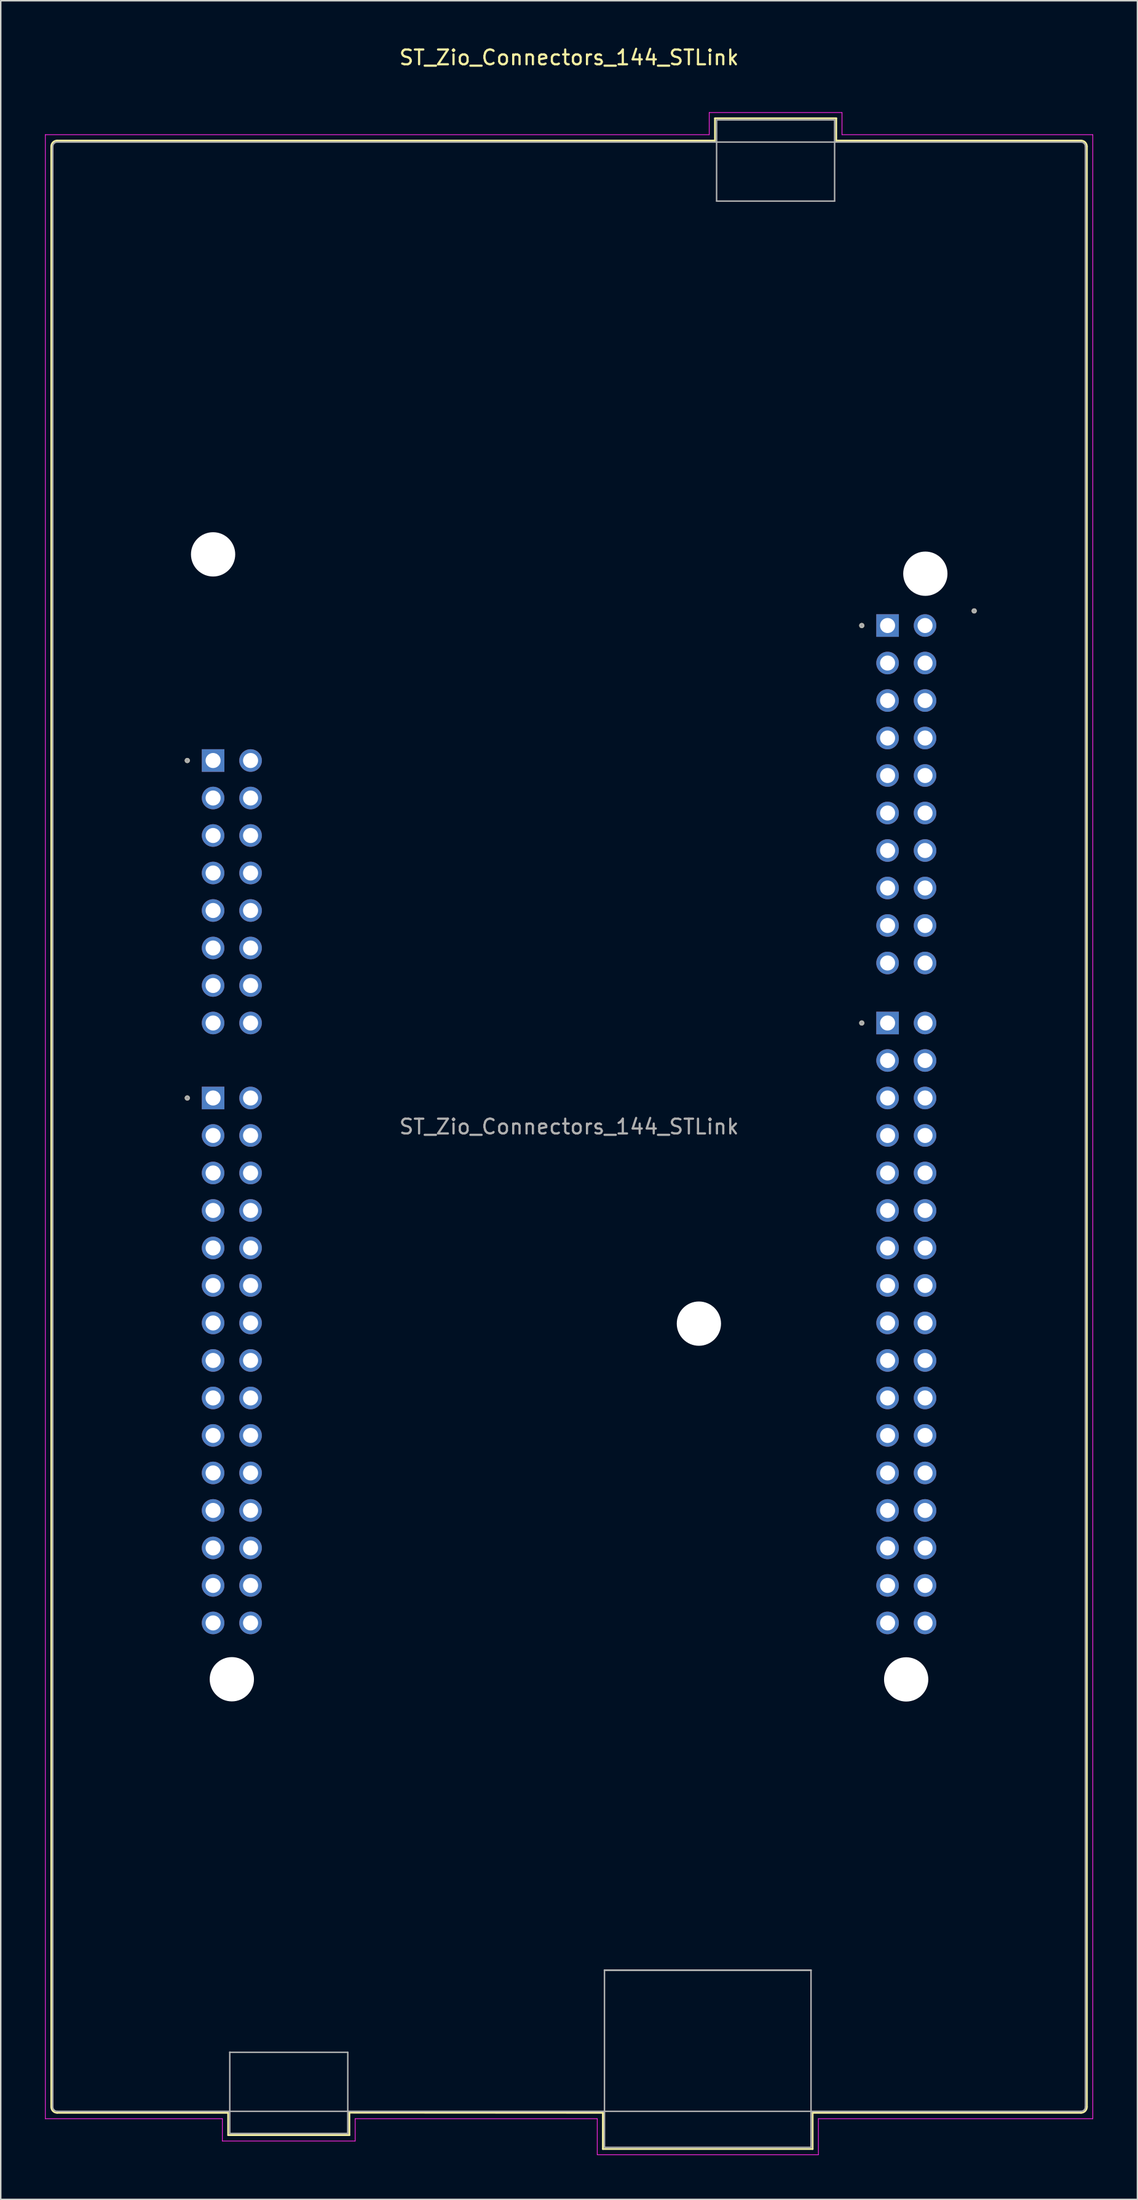
<source format=kicad_pcb>
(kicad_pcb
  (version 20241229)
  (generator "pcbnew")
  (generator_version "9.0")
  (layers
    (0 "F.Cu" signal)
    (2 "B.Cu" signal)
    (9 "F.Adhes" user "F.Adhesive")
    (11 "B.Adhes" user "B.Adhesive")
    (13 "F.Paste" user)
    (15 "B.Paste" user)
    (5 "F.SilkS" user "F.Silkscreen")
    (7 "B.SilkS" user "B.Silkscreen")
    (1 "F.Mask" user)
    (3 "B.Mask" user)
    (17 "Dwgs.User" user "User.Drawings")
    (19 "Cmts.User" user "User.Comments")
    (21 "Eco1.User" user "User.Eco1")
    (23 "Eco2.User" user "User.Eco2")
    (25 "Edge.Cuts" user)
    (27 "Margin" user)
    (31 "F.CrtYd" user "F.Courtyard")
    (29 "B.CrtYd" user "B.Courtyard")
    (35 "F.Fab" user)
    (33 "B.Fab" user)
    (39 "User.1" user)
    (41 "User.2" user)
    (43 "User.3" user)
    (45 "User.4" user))
  (footprint "ST_Zio_Connectors_144_STLink"
    (layer "F.Cu")
    (at 3.775 38.313)
    (property "Reference" "ST_Zio_Connectors_144_STLink" (at 31.75 -37.465 0) (layer "F.SilkS") (effects (font (size 1 1) (thickness 0.15))))
    (attr through_hole)
    (fp_line (start -3.35 -31.44) (end -3.35 101.36) (stroke (width 0.12) (type solid)) (layer "F.SilkS"))
    (fp_line (start 8.64 101.76) (end -2.95 101.76) (stroke (width 0.12) (type solid)) (layer "F.SilkS"))
    (fp_line (start 8.64 101.76) (end 8.64 103.27) (stroke (width 0.12) (type solid)) (layer "F.SilkS"))
    (fp_line (start 8.64 103.27) (end 16.86 103.27) (stroke (width 0.12) (type solid)) (layer "F.SilkS"))
    (fp_line (start 16.86 103.27) (end 16.86 101.75) (stroke (width 0.12) (type solid)) (layer "F.SilkS"))
    (fp_line (start 34.04 101.76) (end 16.86 101.75) (stroke (width 0.12) (type solid)) (layer "F.SilkS"))
    (fp_line (start 34.04 104.21) (end 34.04 101.76) (stroke (width 0.12) (type solid)) (layer "F.SilkS"))
    (fp_line (start 41.64 -33.35) (end 49.86 -33.35) (stroke (width 0.12) (type solid)) (layer "F.SilkS"))
    (fp_line (start 41.64 -31.84) (end -2.95 -31.84) (stroke (width 0.12) (type solid)) (layer "F.SilkS"))
    (fp_line (start 41.64 -31.84) (end 41.64 -33.35) (stroke (width 0.12) (type solid)) (layer "F.SilkS"))
    (fp_line (start 48.26 101.76) (end 48.26 104.21) (stroke (width 0.12) (type solid)) (layer "F.SilkS"))
    (fp_line (start 48.26 101.76) (end 66.45 101.76) (stroke (width 0.12) (type solid)) (layer "F.SilkS"))
    (fp_line (start 48.26 104.21) (end 34.04 104.21) (stroke (width 0.12) (type solid)) (layer "F.SilkS"))
    (fp_line (start 49.86 -33.35) (end 49.86 -31.84) (stroke (width 0.12) (type solid)) (layer "F.SilkS"))
    (fp_line (start 49.86 -31.84) (end 66.45 -31.84) (stroke (width 0.12) (type solid)) (layer "F.SilkS"))
    (fp_line (start 66.85 101.36) (end 66.85 -31.44) (stroke (width 0.12) (type solid)) (layer "F.SilkS"))
    (fp_arc (start -3.35 -31.44) (mid -3.232843 -31.722843) (end -2.95 -31.84) (stroke (width 0.12) (type solid)) (layer "F.SilkS"))
    (fp_arc (start -2.95 101.76) (mid -3.232843 101.642843) (end -3.35 101.36) (stroke (width 0.12) (type solid)) (layer "F.SilkS"))
    (fp_arc (start 66.45 -31.84) (mid 66.732843 -31.722843) (end 66.85 -31.44) (stroke (width 0.12) (type solid)) (layer "F.SilkS"))
    (fp_arc (start 66.85 101.36) (mid 66.732843 101.642843) (end 66.45 101.76) (stroke (width 0.12) (type solid)) (layer "F.SilkS"))
    (fp_circle (center 5.87 10.155) (end 5.97 10.155) (stroke (width 0.15) (type solid)) (fill no) (layer "F.SilkS"))
    (fp_circle (center 5.87 33.015) (end 5.97 33.015) (stroke (width 0.15) (type solid)) (fill no) (layer "F.SilkS"))
    (fp_circle (center 51.59 1.011) (end 51.69 1.011) (stroke (width 0.15) (type solid)) (fill no) (layer "F.SilkS"))
    (fp_circle (center 51.59 27.935) (end 51.69 27.935) (stroke (width 0.15) (type solid)) (fill no) (layer "F.SilkS"))
    (fp_circle (center 59.21 0.02) (end 59.31 0.02) (stroke (width 0.15) (type solid)) (fill no) (layer "F.SilkS"))
    (fp_line (start -3.75 -32.24) (end -3.75 102.16) (stroke (width 0.05) (type solid)) (layer "F.CrtYd"))
    (fp_line (start -3.75 102.16) (end 8.25 102.16) (stroke (width 0.05) (type solid)) (layer "F.CrtYd"))
    (fp_line (start 8.25 102.16) (end 8.25 103.67) (stroke (width 0.05) (type solid)) (layer "F.CrtYd"))
    (fp_line (start 8.25 103.67) (end 17.25 103.67) (stroke (width 0.05) (type solid)) (layer "F.CrtYd"))
    (fp_line (start 17.25 102.16) (end 17.25 103.67) (stroke (width 0.05) (type solid)) (layer "F.CrtYd"))
    (fp_line (start 17.25 102.16) (end 33.66 102.16) (stroke (width 0.05) (type solid)) (layer "F.CrtYd"))
    (fp_line (start 33.66 104.6) (end 33.66 102.16) (stroke (width 0.05) (type solid)) (layer "F.CrtYd"))
    (fp_line (start 33.66 104.6) (end 48.65 104.6) (stroke (width 0.05) (type solid)) (layer "F.CrtYd"))
    (fp_line (start 41.25 -33.74) (end 50.25 -33.74) (stroke (width 0.05) (type solid)) (layer "F.CrtYd"))
    (fp_line (start 41.25 -32.24) (end -3.75 -32.24) (stroke (width 0.05) (type solid)) (layer "F.CrtYd"))
    (fp_line (start 41.25 -32.24) (end 41.25 -33.74) (stroke (width 0.05) (type solid)) (layer "F.CrtYd"))
    (fp_line (start 48.65 102.16) (end 48.65 104.6) (stroke (width 0.05) (type solid)) (layer "F.CrtYd"))
    (fp_line (start 50.25 -32.24) (end 50.25 -33.74) (stroke (width 0.05) (type solid)) (layer "F.CrtYd"))
    (fp_line (start 50.25 -32.24) (end 67.25 -32.24) (stroke (width 0.05) (type solid)) (layer "F.CrtYd"))
    (fp_line (start 67.25 102.16) (end 48.65 102.16) (stroke (width 0.05) (type solid)) (layer "F.CrtYd"))
    (fp_line (start 67.25 102.16) (end 67.25 -32.24) (stroke (width 0.05) (type solid)) (layer "F.CrtYd"))
    (fp_line (start -3.25 101.36) (end -3.25 -31.44) (stroke (width 0.1) (type solid)) (layer "F.Fab"))
    (fp_line (start 8.75 97.66) (end 16.75 97.66) (stroke (width 0.1) (type solid)) (layer "F.Fab"))
    (fp_line (start 8.75 103.16) (end 8.75 97.65) (stroke (width 0.1) (type solid)) (layer "F.Fab"))
    (fp_line (start 8.75 103.16) (end 16.75 103.16) (stroke (width 0.1) (type solid)) (layer "F.Fab"))
    (fp_line (start 16.75 97.66) (end 16.75 103.16) (stroke (width 0.1) (type solid)) (layer "F.Fab"))
    (fp_line (start 34.15 92.1) (end 48.15 92.1) (stroke (width 0.12) (type solid)) (layer "F.Fab"))
    (fp_line (start 34.15 104.1) (end 34.15 92.1) (stroke (width 0.1) (type solid)) (layer "F.Fab"))
    (fp_line (start 34.15 104.1) (end 48.15 104.1) (stroke (width 0.1) (type solid)) (layer "F.Fab"))
    (fp_line (start 41.75 -33.24) (end 49.75 -33.24) (stroke (width 0.1) (type solid)) (layer "F.Fab"))
    (fp_line (start 41.75 -27.74) (end 41.75 -33.24) (stroke (width 0.1) (type solid)) (layer "F.Fab"))
    (fp_line (start 41.75 -27.74) (end 49.75 -27.74) (stroke (width 0.1) (type solid)) (layer "F.Fab"))
    (fp_line (start 48.15 104.1) (end 48.15 92.1) (stroke (width 0.1) (type solid)) (layer "F.Fab"))
    (fp_line (start 49.75 -33.24) (end 49.75 -27.74) (stroke (width 0.1) (type solid)) (layer "F.Fab"))
    (fp_line (start 66.45 -31.74) (end -2.95 -31.74) (stroke (width 0.1) (type solid)) (layer "F.Fab"))
    (fp_line (start 66.45 101.66) (end -2.95 101.66) (stroke (width 0.1) (type solid)) (layer "F.Fab"))
    (fp_line (start 66.75 101.36) (end 66.75 -31.44) (stroke (width 0.1) (type solid)) (layer "F.Fab"))
    (fp_arc (start -3.25 -31.44) (mid -3.162132 -31.652132) (end -2.95 -31.74) (stroke (width 0.1) (type solid)) (layer "F.Fab"))
    (fp_arc (start -2.95 101.66) (mid -3.162132 101.572132) (end -3.25 101.36) (stroke (width 0.1) (type solid)) (layer "F.Fab"))
    (fp_arc (start 66.45 -31.74) (mid 66.662132 -31.652132) (end 66.75 -31.44) (stroke (width 0.1) (type solid)) (layer "F.Fab"))
    (fp_arc (start 66.75 101.36) (mid 66.662132 101.572132) (end 66.45 101.66) (stroke (width 0.1) (type solid)) (layer "F.Fab"))
    (fp_circle (center 5.87 10.155) (end 5.97 10.155) (stroke (width 0.15) (type solid)) (fill no) (layer "F.Fab"))
    (fp_circle (center 5.87 33.015) (end 5.97 33.015) (stroke (width 0.15) (type solid)) (fill no) (layer "F.Fab"))
    (fp_circle (center 51.59 1.011) (end 51.69 1.011) (stroke (width 0.15) (type solid)) (fill no) (layer "F.Fab"))
    (fp_circle (center 51.59 27.935) (end 51.69 27.935) (stroke (width 0.15) (type solid)) (fill no) (layer "F.Fab"))
    (fp_circle (center 59.21 0.02) (end 59.31 0.02) (stroke (width 0.15) (type solid)) (fill no) (layer "F.Fab"))
    (fp_text user "${REFERENCE}" (at 31.75 34.96 0) (layer "F.Fab") (effects (font (size 1 1) (thickness 0.15))))
    (pad "" np_thru_hole circle (at 7.62 -3.81) (size 3 3) (drill 3) (layers "*.Cu" "*.Mask"))
    (pad "" np_thru_hole circle (at 8.89 72.39) (size 3 3) (drill 3) (layers "*.Cu" "*.Mask"))
    (pad "" np_thru_hole circle (at 40.55 48.3) (size 3 3) (drill 3) (layers "*.Cu" "*.Mask"))
    (pad "" np_thru_hole circle (at 54.6 72.4) (size 3 3) (drill 3) (layers "*.Cu" "*.Mask"))
    (pad "" np_thru_hole circle (at 55.9 -2.5) (size 3 3) (drill 3) (layers "*.Cu" "*.Mask"))
    (pad "CN7_1" thru_hole rect (at 53.34 1.011) (size 1.53 1.53) (drill 1.02) (layers "*.Cu" "*.Mask"))
    (pad "CN7_2" thru_hole circle (at 55.88 1.011) (size 1.53 1.53) (drill 1.02) (layers "*.Cu" "*.Mask"))
    (pad "CN7_3" thru_hole circle (at 53.34 3.551) (size 1.53 1.53) (drill 1.02) (layers "*.Cu" "*.Mask"))
    (pad "CN7_4" thru_hole circle (at 55.88 3.551) (size 1.53 1.53) (drill 1.02) (layers "*.Cu" "*.Mask"))
    (pad "CN7_5" thru_hole circle (at 53.34 6.091) (size 1.53 1.53) (drill 1.02) (layers "*.Cu" "*.Mask"))
    (pad "CN7_6" thru_hole circle (at 55.88 6.091) (size 1.53 1.53) (drill 1.02) (layers "*.Cu" "*.Mask"))
    (pad "CN7_7" thru_hole circle (at 53.34 8.631) (size 1.53 1.53) (drill 1.02) (layers "*.Cu" "*.Mask"))
    (pad "CN7_8" thru_hole circle (at 55.88 8.631) (size 1.53 1.53) (drill 1.02) (layers "*.Cu" "*.Mask"))
    (pad "CN7_9" thru_hole circle (at 53.34 11.171) (size 1.53 1.53) (drill 1.02) (layers "*.Cu" "*.Mask"))
    (pad "CN7_10" thru_hole circle (at 55.88 11.171) (size 1.53 1.53) (drill 1.02) (layers "*.Cu" "*.Mask"))
    (pad "CN7_11" thru_hole circle (at 53.34 13.711) (size 1.53 1.53) (drill 1.02) (layers "*.Cu" "*.Mask"))
    (pad "CN7_12" thru_hole circle (at 55.88 13.711) (size 1.53 1.53) (drill 1.02) (layers "*.Cu" "*.Mask"))
    (pad "CN7_13" thru_hole circle (at 53.34 16.251) (size 1.53 1.53) (drill 1.02) (layers "*.Cu" "*.Mask"))
    (pad "CN7_14" thru_hole circle (at 55.88 16.251) (size 1.53 1.53) (drill 1.02) (layers "*.Cu" "*.Mask"))
    (pad "CN7_15" thru_hole circle (at 53.34 18.791) (size 1.53 1.53) (drill 1.02) (layers "*.Cu" "*.Mask"))
    (pad "CN7_16" thru_hole circle (at 55.88 18.791) (size 1.53 1.53) (drill 1.02) (layers "*.Cu" "*.Mask"))
    (pad "CN7_17" thru_hole circle (at 53.34 21.331) (size 1.53 1.53) (drill 1.02) (layers "*.Cu" "*.Mask"))
    (pad "CN7_18" thru_hole circle (at 55.88 21.331) (size 1.53 1.53) (drill 1.02) (layers "*.Cu" "*.Mask"))
    (pad "CN7_19" thru_hole circle (at 53.34 23.871) (size 1.53 1.53) (drill 1.02) (layers "*.Cu" "*.Mask"))
    (pad "CN7_20" thru_hole circle (at 55.88 23.871) (size 1.53 1.53) (drill 1.02) (layers "*.Cu" "*.Mask"))
    (pad "CN8_1" thru_hole rect (at 7.62 10.155) (size 1.53 1.53) (drill 1.02) (layers "*.Cu" "*.Mask"))
    (pad "CN8_2" thru_hole circle (at 10.16 10.155) (size 1.53 1.53) (drill 1.02) (layers "*.Cu" "*.Mask"))
    (pad "CN8_3" thru_hole circle (at 7.62 12.695) (size 1.53 1.53) (drill 1.02) (layers "*.Cu" "*.Mask"))
    (pad "CN8_4" thru_hole circle (at 10.16 12.695) (size 1.53 1.53) (drill 1.02) (layers "*.Cu" "*.Mask"))
    (pad "CN8_5" thru_hole circle (at 7.62 15.235) (size 1.53 1.53) (drill 1.02) (layers "*.Cu" "*.Mask"))
    (pad "CN8_6" thru_hole circle (at 10.16 15.235) (size 1.53 1.53) (drill 1.02) (layers "*.Cu" "*.Mask"))
    (pad "CN8_7" thru_hole circle (at 7.62 17.775) (size 1.53 1.53) (drill 1.02) (layers "*.Cu" "*.Mask"))
    (pad "CN8_8" thru_hole circle (at 10.16 17.775) (size 1.53 1.53) (drill 1.02) (layers "*.Cu" "*.Mask"))
    (pad "CN8_9" thru_hole circle (at 7.62 20.315) (size 1.53 1.53) (drill 1.02) (layers "*.Cu" "*.Mask"))
    (pad "CN8_10" thru_hole circle (at 10.16 20.315) (size 1.53 1.53) (drill 1.02) (layers "*.Cu" "*.Mask"))
    (pad "CN8_11" thru_hole circle (at 7.62 22.855) (size 1.53 1.53) (drill 1.02) (layers "*.Cu" "*.Mask"))
    (pad "CN8_12" thru_hole circle (at 10.16 22.855) (size 1.53 1.53) (drill 1.02) (layers "*.Cu" "*.Mask"))
    (pad "CN8_13" thru_hole circle (at 7.62 25.395) (size 1.53 1.53) (drill 1.02) (layers "*.Cu" "*.Mask"))
    (pad "CN8_14" thru_hole circle (at 10.16 25.395) (size 1.53 1.53) (drill 1.02) (layers "*.Cu" "*.Mask"))
    (pad "CN8_15" thru_hole circle (at 7.62 27.935) (size 1.53 1.53) (drill 1.02) (layers "*.Cu" "*.Mask"))
    (pad "CN8_16" thru_hole circle (at 10.16 27.935) (size 1.53 1.53) (drill 1.02) (layers "*.Cu" "*.Mask"))
    (pad "CN9_1" thru_hole rect (at 7.62 33.015) (size 1.53 1.53) (drill 1.02) (layers "*.Cu" "*.Mask"))
    (pad "CN9_2" thru_hole circle (at 10.16 33.015) (size 1.53 1.53) (drill 1.02) (layers "*.Cu" "*.Mask"))
    (pad "CN9_3" thru_hole circle (at 7.62 35.555) (size 1.53 1.53) (drill 1.02) (layers "*.Cu" "*.Mask"))
    (pad "CN9_4" thru_hole circle (at 10.16 35.555) (size 1.53 1.53) (drill 1.02) (layers "*.Cu" "*.Mask"))
    (pad "CN9_5" thru_hole circle (at 7.62 38.095) (size 1.53 1.53) (drill 1.02) (layers "*.Cu" "*.Mask"))
    (pad "CN9_6" thru_hole circle (at 10.16 38.095) (size 1.53 1.53) (drill 1.02) (layers "*.Cu" "*.Mask"))
    (pad "CN9_7" thru_hole circle (at 7.62 40.635) (size 1.53 1.53) (drill 1.02) (layers "*.Cu" "*.Mask"))
    (pad "CN9_8" thru_hole circle (at 10.16 40.635) (size 1.53 1.53) (drill 1.02) (layers "*.Cu" "*.Mask"))
    (pad "CN9_9" thru_hole circle (at 7.62 43.175) (size 1.53 1.53) (drill 1.02) (layers "*.Cu" "*.Mask"))
    (pad "CN9_10" thru_hole circle (at 10.16 43.175) (size 1.53 1.53) (drill 1.02) (layers "*.Cu" "*.Mask"))
    (pad "CN9_11" thru_hole circle (at 7.62 45.715) (size 1.53 1.53) (drill 1.02) (layers "*.Cu" "*.Mask"))
    (pad "CN9_12" thru_hole circle (at 10.16 45.715) (size 1.53 1.53) (drill 1.02) (layers "*.Cu" "*.Mask"))
    (pad "CN9_13" thru_hole circle (at 7.62 48.255) (size 1.53 1.53) (drill 1.02) (layers "*.Cu" "*.Mask"))
    (pad "CN9_14" thru_hole circle (at 10.16 48.255) (size 1.53 1.53) (drill 1.02) (layers "*.Cu" "*.Mask"))
    (pad "CN9_15" thru_hole circle (at 7.62 50.795) (size 1.53 1.53) (drill 1.02) (layers "*.Cu" "*.Mask"))
    (pad "CN9_16" thru_hole circle (at 10.16 50.795) (size 1.53 1.53) (drill 1.02) (layers "*.Cu" "*.Mask"))
    (pad "CN9_17" thru_hole circle (at 7.62 53.335) (size 1.53 1.53) (drill 1.02) (layers "*.Cu" "*.Mask"))
    (pad "CN9_18" thru_hole circle (at 10.16 53.335) (size 1.53 1.53) (drill 1.02) (layers "*.Cu" "*.Mask"))
    (pad "CN9_19" thru_hole circle (at 7.62 55.875) (size 1.53 1.53) (drill 1.02) (layers "*.Cu" "*.Mask"))
    (pad "CN9_20" thru_hole circle (at 10.16 55.875) (size 1.53 1.53) (drill 1.02) (layers "*.Cu" "*.Mask"))
    (pad "CN9_21" thru_hole circle (at 7.62 58.415) (size 1.53 1.53) (drill 1.02) (layers "*.Cu" "*.Mask"))
    (pad "CN9_22" thru_hole circle (at 10.16 58.415) (size 1.53 1.53) (drill 1.02) (layers "*.Cu" "*.Mask"))
    (pad "CN9_23" thru_hole circle (at 7.62 60.955) (size 1.53 1.53) (drill 1.02) (layers "*.Cu" "*.Mask"))
    (pad "CN9_24" thru_hole circle (at 10.16 60.955) (size 1.53 1.53) (drill 1.02) (layers "*.Cu" "*.Mask"))
    (pad "CN9_25" thru_hole circle (at 7.62 63.495) (size 1.53 1.53) (drill 1.02) (layers "*.Cu" "*.Mask"))
    (pad "CN9_26" thru_hole circle (at 10.16 63.495) (size 1.53 1.53) (drill 1.02) (layers "*.Cu" "*.Mask"))
    (pad "CN9_27" thru_hole circle (at 7.62 66.035) (size 1.53 1.53) (drill 1.02) (layers "*.Cu" "*.Mask"))
    (pad "CN9_28" thru_hole circle (at 10.16 66.035) (size 1.53 1.53) (drill 1.02) (layers "*.Cu" "*.Mask"))
    (pad "CN9_29" thru_hole circle (at 7.62 68.575) (size 1.53 1.53) (drill 1.02) (layers "*.Cu" "*.Mask"))
    (pad "CN9_30" thru_hole circle (at 10.16 68.575) (size 1.53 1.53) (drill 1.02) (layers "*.Cu" "*.Mask"))
    (pad "CN10_1" thru_hole rect (at 53.34 27.935) (size 1.53 1.53) (drill 1.02) (layers "*.Cu" "*.Mask"))
    (pad "CN10_2" thru_hole circle (at 55.88 27.935) (size 1.53 1.53) (drill 1.02) (layers "*.Cu" "*.Mask"))
    (pad "CN10_3" thru_hole circle (at 53.34 30.475) (size 1.53 1.53) (drill 1.02) (layers "*.Cu" "*.Mask"))
    (pad "CN10_4" thru_hole circle (at 55.88 30.475) (size 1.53 1.53) (drill 1.02) (layers "*.Cu" "*.Mask"))
    (pad "CN10_5" thru_hole circle (at 53.34 33.015) (size 1.53 1.53) (drill 1.02) (layers "*.Cu" "*.Mask"))
    (pad "CN10_6" thru_hole circle (at 55.88 33.015) (size 1.53 1.53) (drill 1.02) (layers "*.Cu" "*.Mask"))
    (pad "CN10_7" thru_hole circle (at 53.34 35.555) (size 1.53 1.53) (drill 1.02) (layers "*.Cu" "*.Mask"))
    (pad "CN10_8" thru_hole circle (at 55.88 35.555) (size 1.53 1.53) (drill 1.02) (layers "*.Cu" "*.Mask"))
    (pad "CN10_9" thru_hole circle (at 53.34 38.095) (size 1.53 1.53) (drill 1.02) (layers "*.Cu" "*.Mask"))
    (pad "CN10_10" thru_hole circle (at 55.88 38.095) (size 1.53 1.53) (drill 1.02) (layers "*.Cu" "*.Mask"))
    (pad "CN10_11" thru_hole circle (at 53.34 40.635) (size 1.53 1.53) (drill 1.02) (layers "*.Cu" "*.Mask"))
    (pad "CN10_12" thru_hole circle (at 55.88 40.635) (size 1.53 1.53) (drill 1.02) (layers "*.Cu" "*.Mask"))
    (pad "CN10_13" thru_hole circle (at 53.34 43.175) (size 1.53 1.53) (drill 1.02) (layers "*.Cu" "*.Mask"))
    (pad "CN10_14" thru_hole circle (at 55.88 43.175) (size 1.53 1.53) (drill 1.02) (layers "*.Cu" "*.Mask"))
    (pad "CN10_15" thru_hole circle (at 53.34 45.715) (size 1.53 1.53) (drill 1.02) (layers "*.Cu" "*.Mask"))
    (pad "CN10_16" thru_hole circle (at 55.88 45.715) (size 1.53 1.53) (drill 1.02) (layers "*.Cu" "*.Mask"))
    (pad "CN10_17" thru_hole circle (at 53.34 48.255) (size 1.53 1.53) (drill 1.02) (layers "*.Cu" "*.Mask"))
    (pad "CN10_18" thru_hole circle (at 55.88 48.255) (size 1.53 1.53) (drill 1.02) (layers "*.Cu" "*.Mask"))
    (pad "CN10_19" thru_hole circle (at 53.34 50.795) (size 1.53 1.53) (drill 1.02) (layers "*.Cu" "*.Mask"))
    (pad "CN10_20" thru_hole circle (at 55.88 50.795) (size 1.53 1.53) (drill 1.02) (layers "*.Cu" "*.Mask"))
    (pad "CN10_21" thru_hole circle (at 53.34 53.335) (size 1.53 1.53) (drill 1.02) (layers "*.Cu" "*.Mask"))
    (pad "CN10_22" thru_hole circle (at 55.88 53.335) (size 1.53 1.53) (drill 1.02) (layers "*.Cu" "*.Mask"))
    (pad "CN10_23" thru_hole circle (at 53.34 55.875) (size 1.53 1.53) (drill 1.02) (layers "*.Cu" "*.Mask"))
    (pad "CN10_24" thru_hole circle (at 55.88 55.875) (size 1.53 1.53) (drill 1.02) (layers "*.Cu" "*.Mask"))
    (pad "CN10_25" thru_hole circle (at 53.34 58.415) (size 1.53 1.53) (drill 1.02) (layers "*.Cu" "*.Mask"))
    (pad "CN10_26" thru_hole circle (at 55.88 58.415) (size 1.53 1.53) (drill 1.02) (layers "*.Cu" "*.Mask"))
    (pad "CN10_27" thru_hole circle (at 53.34 60.955) (size 1.53 1.53) (drill 1.02) (layers "*.Cu" "*.Mask"))
    (pad "CN10_28" thru_hole circle (at 55.88 60.955) (size 1.53 1.53) (drill 1.02) (layers "*.Cu" "*.Mask"))
    (pad "CN10_29" thru_hole circle (at 53.34 63.495) (size 1.53 1.53) (drill 1.02) (layers "*.Cu" "*.Mask"))
    (pad "CN10_30" thru_hole circle (at 55.88 63.495) (size 1.53 1.53) (drill 1.02) (layers "*.Cu" "*.Mask"))
    (pad "CN10_31" thru_hole circle (at 53.34 66.035) (size 1.53 1.53) (drill 1.02) (layers "*.Cu" "*.Mask"))
    (pad "CN10_32" thru_hole circle (at 55.88 66.035) (size 1.53 1.53) (drill 1.02) (layers "*.Cu" "*.Mask"))
    (pad "CN10_33" thru_hole circle (at 53.34 68.575) (size 1.53 1.53) (drill 1.02) (layers "*.Cu" "*.Mask"))
    (pad "CN10_34" thru_hole circle (at 55.88 68.575) (size 1.53 1.53) (drill 1.02) (layers "*.Cu" "*.Mask")))
  (gr_rect
    (start -3 -3)
    (end 74.05 145.938)
    (stroke (width 0.1) (type default))
    (fill no)
    (layer "Edge.Cuts")))
</source>
